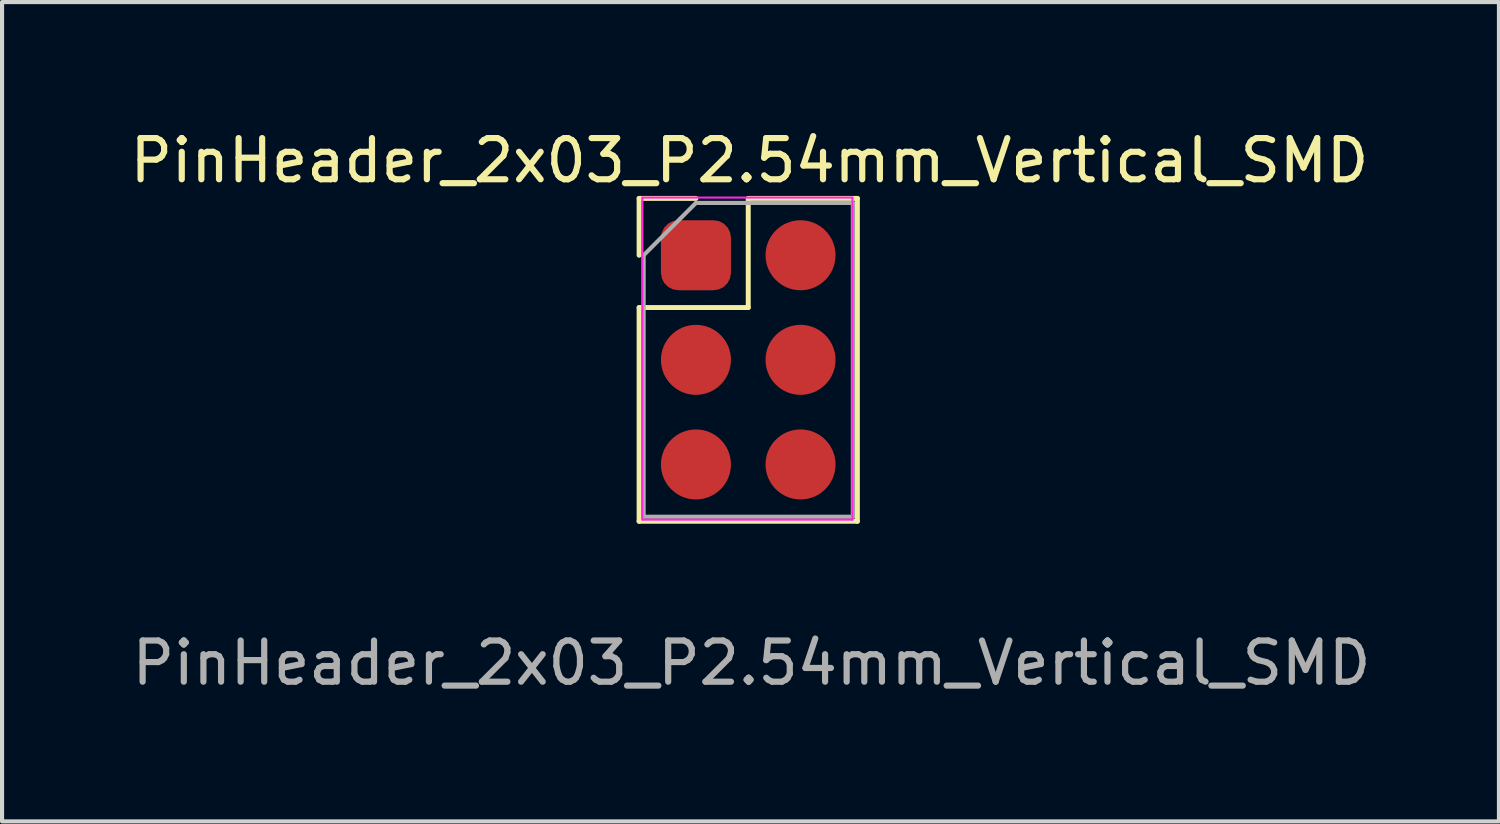
<source format=kicad_pcb>
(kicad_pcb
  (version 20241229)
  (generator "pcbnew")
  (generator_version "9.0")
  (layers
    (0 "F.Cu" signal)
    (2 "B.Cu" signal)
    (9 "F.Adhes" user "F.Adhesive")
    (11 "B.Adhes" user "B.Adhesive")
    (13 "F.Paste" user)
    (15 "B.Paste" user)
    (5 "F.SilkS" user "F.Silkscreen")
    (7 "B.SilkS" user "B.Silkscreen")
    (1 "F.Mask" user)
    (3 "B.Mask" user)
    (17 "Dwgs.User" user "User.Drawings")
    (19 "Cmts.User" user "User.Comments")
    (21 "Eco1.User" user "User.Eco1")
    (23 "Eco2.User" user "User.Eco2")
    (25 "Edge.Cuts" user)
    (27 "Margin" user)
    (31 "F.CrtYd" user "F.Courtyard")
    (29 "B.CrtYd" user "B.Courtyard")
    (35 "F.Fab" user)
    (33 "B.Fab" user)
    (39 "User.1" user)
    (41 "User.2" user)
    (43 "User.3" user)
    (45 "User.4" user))
  (footprint "PinHeader_2x03_P2.54mm_Vertical_SMD"
    (layer "F.Cu")
    (at 13.849 3.148)
    (property "Reference" "PinHeader_2x03_P2.54mm_Vertical_SMD" (at 1.3 -2.3 0) (layer "F.SilkS") (effects (font (size 1 1) (thickness 0.15))))
    (attr through_hole)
    (fp_line (start -1.38 -1.38) (end 0 -1.38) (stroke (width 0.12) (type solid)) (layer "F.SilkS"))
    (fp_line (start -1.38 0) (end -1.38 -1.38) (stroke (width 0.12) (type solid)) (layer "F.SilkS"))
    (fp_line (start -1.38 1.27) (end -1.38 6.46) (stroke (width 0.12) (type solid)) (layer "F.SilkS"))
    (fp_line (start -1.38 1.27) (end 1.27 1.27) (stroke (width 0.12) (type solid)) (layer "F.SilkS"))
    (fp_line (start -1.38 6.46) (end 3.92 6.46) (stroke (width 0.12) (type solid)) (layer "F.SilkS"))
    (fp_line (start 1.27 -1.38) (end 3.92 -1.38) (stroke (width 0.12) (type solid)) (layer "F.SilkS"))
    (fp_line (start 1.27 1.27) (end 1.27 -1.38) (stroke (width 0.12) (type solid)) (layer "F.SilkS"))
    (fp_line (start 3.92 -1.38) (end 3.92 6.46) (stroke (width 0.12) (type solid)) (layer "F.SilkS"))
    (fp_line (start -1.3 -1.4) (end -1.3 6.42) (stroke (width 0.05) (type solid)) (layer "F.CrtYd"))
    (fp_line (start -1.3 6.42) (end 3.8 6.42) (stroke (width 0.05) (type solid)) (layer "F.CrtYd"))
    (fp_line (start 3.8 -1.4) (end -1.3 -1.4) (stroke (width 0.05) (type solid)) (layer "F.CrtYd"))
    (fp_line (start 3.8 6.42) (end 3.8 -1.4) (stroke (width 0.05) (type solid)) (layer "F.CrtYd"))
    (fp_line (start -1.27 0) (end 0 -1.27) (stroke (width 0.1) (type solid)) (layer "F.Fab"))
    (fp_line (start -1.27 6.35) (end -1.27 0) (stroke (width 0.1) (type solid)) (layer "F.Fab"))
    (fp_line (start 0 -1.27) (end 3.81 -1.27) (stroke (width 0.1) (type solid)) (layer "F.Fab"))
    (fp_line (start 3.81 -1.27) (end 3.81 6.35) (stroke (width 0.1) (type solid)) (layer "F.Fab"))
    (fp_line (start 3.81 6.35) (end -1.27 6.35) (stroke (width 0.1) (type solid)) (layer "F.Fab"))
    (fp_text user "${REFERENCE}" (at 1.35 9.9 180) (layer "F.Fab") (effects (font (size 1 1) (thickness 0.15))))
    (pad "1" smd roundrect (at 0 0) (size 1.7 1.7) (layers "F.Cu" "F.Mask" "F.Paste") (roundrect_rratio 0.25))
    (pad "2" smd circle (at 2.54 0) (size 1.7 1.7) (layers "F.Cu" "F.Mask" "F.Paste"))
    (pad "3" smd circle (at 0 2.54) (size 1.7 1.7) (layers "F.Cu" "F.Mask" "F.Paste"))
    (pad "4" smd circle (at 2.54 2.54) (size 1.7 1.7) (layers "F.Cu" "F.Mask" "F.Paste"))
    (pad "5" smd circle (at 0 5.08) (size 1.7 1.7) (layers "F.Cu" "F.Mask" "F.Paste"))
    (pad "6" smd circle (at 2.54 5.08) (size 1.7 1.7) (layers "F.Cu" "F.Mask" "F.Paste")))
  (gr_rect
    (start -3 -3)
    (end 33.348 16.896)
    (stroke (width 0.1) (type default))
    (fill no)
    (layer "Edge.Cuts")))
</source>
